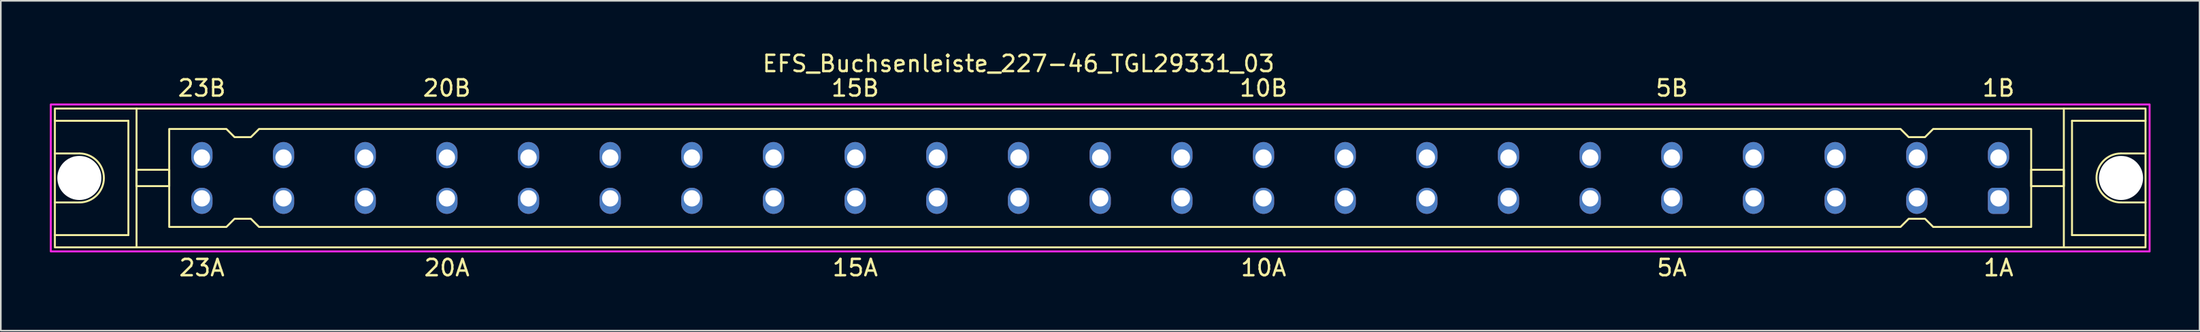
<source format=kicad_pcb>
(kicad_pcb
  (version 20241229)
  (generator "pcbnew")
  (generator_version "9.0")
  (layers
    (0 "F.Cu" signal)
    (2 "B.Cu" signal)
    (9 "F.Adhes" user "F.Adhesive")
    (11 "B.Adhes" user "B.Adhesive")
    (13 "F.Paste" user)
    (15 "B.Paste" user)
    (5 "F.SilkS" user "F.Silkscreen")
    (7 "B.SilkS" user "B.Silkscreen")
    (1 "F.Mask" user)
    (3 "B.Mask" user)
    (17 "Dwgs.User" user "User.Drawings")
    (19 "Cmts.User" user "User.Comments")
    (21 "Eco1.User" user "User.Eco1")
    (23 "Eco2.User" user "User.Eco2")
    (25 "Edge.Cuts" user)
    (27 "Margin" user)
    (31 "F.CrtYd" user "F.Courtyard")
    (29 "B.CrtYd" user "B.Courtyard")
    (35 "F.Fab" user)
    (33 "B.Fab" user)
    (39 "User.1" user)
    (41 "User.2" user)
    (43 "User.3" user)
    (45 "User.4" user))
  (footprint "EFS_Buchsenleiste_227-46_TGL29331_03"
    (layer "F.Cu")
    (at 64.31 7.848)
    (property "Reference" "EFS_Buchsenleiste_227-46_TGL29331_03" (at -5 -7 180) (layer "F.SilkS") (effects (font (size 1 1) (thickness 0.15))))
    (attr through_hole)
    (fp_line (start -64 -3.5) (end -59.5 -3.5) (stroke (width 0.12) (type solid)) (layer "F.SilkS"))
    (fp_line (start -62.5 -1.5) (end -64 -1.5) (stroke (width 0.12) (type solid)) (layer "F.SilkS"))
    (fp_line (start -62.5 1.5) (end -64 1.5) (stroke (width 0.12) (type solid)) (layer "F.SilkS"))
    (fp_line (start -59.5 -3.5) (end -59.5 3.5) (stroke (width 0.12) (type solid)) (layer "F.SilkS"))
    (fp_line (start -59.5 3.5) (end -64 3.5) (stroke (width 0.12) (type solid)) (layer "F.SilkS"))
    (fp_line (start -59 4.25) (end -59 -4.25) (stroke (width 0.12) (type solid)) (layer "F.SilkS"))
    (fp_line (start 59 4.25) (end 59 -4.25) (stroke (width 0.12) (type solid)) (layer "F.SilkS"))
    (fp_line (start 59.5 -3.5) (end 59.5 3.5) (stroke (width 0.12) (type solid)) (layer "F.SilkS"))
    (fp_line (start 59.5 3.5) (end 64 3.5) (stroke (width 0.12) (type solid)) (layer "F.SilkS"))
    (fp_line (start 62.5 -1.5) (end 64 -1.5) (stroke (width 0.12) (type solid)) (layer "F.SilkS"))
    (fp_line (start 62.5 1.5) (end 64 1.5) (stroke (width 0.12) (type solid)) (layer "F.SilkS"))
    (fp_line (start 64 -3.5) (end 59.5 -3.5) (stroke (width 0.12) (type solid)) (layer "F.SilkS"))
    (fp_rect (start -64 -4.25) (end 64 4.25) (stroke (width 0.12) (type solid)) (fill no) (layer "F.SilkS"))
    (fp_rect (start -59 -0.5) (end -57 0.5) (stroke (width 0.12) (type solid)) (fill no) (layer "F.SilkS"))
    (fp_rect (start 59 -0.5) (end 57 0.5) (stroke (width 0.12) (type solid)) (fill no) (layer "F.SilkS"))
    (fp_arc (start -62.5 -1.5) (mid -61 0) (end -62.5 1.5) (stroke (width 0.12) (type solid)) (layer "F.SilkS"))
    (fp_arc (start 62.5 1.5) (mid 61 0) (end 62.5 -1.5) (stroke (width 0.12) (type solid)) (layer "F.SilkS"))
    (fp_poly (pts (xy -53 -2.5) (xy -52 -2.5) (xy -51.5 -3) (xy 49 -3) (xy 49.5 -2.5) (xy 50.5 -2.5) (xy 51 -3) (xy 57 -3) (xy 57 3) (xy 51 3) (xy 50.5 2.5) (xy 49.5 2.5) (xy 49 3) (xy -51.5 3) (xy -52 2.5) (xy -53 2.5) (xy -53.5 3) (xy -57 3) (xy -57 -3) (xy -53.5 -3)) (stroke (width 0.12) (type solid)) (fill no) (layer "F.SilkS"))
    (fp_rect (start -64.25 -4.5) (end 64.25 4.5) (stroke (width 0.12) (type solid)) (fill no) (layer "F.CrtYd"))
    (fp_text user "10A" (at 10 5.5 180) (layer "F.SilkS") (effects (font (size 1 1) (thickness 0.15))))
    (fp_text user "20B" (at -40 -5.5 180) (layer "F.SilkS") (effects (font (size 1 1) (thickness 0.15))))
    (fp_text user "5A" (at 35 5.5 180) (layer "F.SilkS") (effects (font (size 1 1) (thickness 0.15))))
    (fp_text user "10B" (at 10 -5.5 180) (layer "F.SilkS") (effects (font (size 1 1) (thickness 0.15))))
    (fp_text user "5B" (at 35 -5.5 180) (layer "F.SilkS") (effects (font (size 1 1) (thickness 0.15))))
    (fp_text user "20A" (at -40 5.5 180) (layer "F.SilkS") (effects (font (size 1 1) (thickness 0.15))))
    (fp_text user "23A" (at -55 5.5 180) (layer "F.SilkS") (effects (font (size 1 1) (thickness 0.15))))
    (fp_text user "15A" (at -15 5.5 180) (layer "F.SilkS") (effects (font (size 1 1) (thickness 0.15))))
    (fp_text user "15B" (at -15 -5.5 180) (layer "F.SilkS") (effects (font (size 1 1) (thickness 0.15))))
    (fp_text user "23B" (at -55 -5.5 180) (layer "F.SilkS") (effects (font (size 1 1) (thickness 0.15))))
    (fp_text user "1B" (at 55 -5.5 180) (layer "F.SilkS") (effects (font (size 1 1) (thickness 0.15))))
    (fp_text user "1A" (at 55 5.5 180) (layer "F.SilkS") (effects (font (size 1 1) (thickness 0.15))))
    (pad "" np_thru_hole circle (at -62.5 0) (size 2.7 2.7) (drill 2.7) (layers "*.Cu" "*.Mask"))
    (pad "" np_thru_hole circle (at 62.5 0) (size 2.7 2.7) (drill 2.7) (layers "*.Cu" "*.Mask"))
    (pad "1a" thru_hole roundrect (at 55 1.25 180) (size 1.3 1.6) (drill 1 (offset 0 -0.15)) (layers "*.Cu" "*.Mask") (roundrect_rratio 0.25))
    (pad "1b" thru_hole oval (at 55 -1.25 180) (size 1.3 1.6) (drill 1 (offset 0 0.15)) (layers "*.Cu" "*.Mask"))
    (pad "2a" thru_hole oval (at 50 1.25 180) (size 1.3 1.6) (drill 1 (offset 0 -0.15)) (layers "*.Cu" "*.Mask"))
    (pad "2b" thru_hole oval (at 50 -1.25 180) (size 1.3 1.6) (drill 1 (offset 0 0.15)) (layers "*.Cu" "*.Mask"))
    (pad "3a" thru_hole oval (at 45 1.25 180) (size 1.3 1.6) (drill 1 (offset 0 -0.15)) (layers "*.Cu" "*.Mask"))
    (pad "3b" thru_hole oval (at 45 -1.25 180) (size 1.3 1.6) (drill 1 (offset 0 0.15)) (layers "*.Cu" "*.Mask"))
    (pad "4a" thru_hole oval (at 40 1.25 180) (size 1.3 1.6) (drill 1 (offset 0 -0.15)) (layers "*.Cu" "*.Mask"))
    (pad "4b" thru_hole oval (at 40 -1.25 180) (size 1.3 1.6) (drill 1 (offset 0 0.15)) (layers "*.Cu" "*.Mask"))
    (pad "5a" thru_hole oval (at 35 1.25 180) (size 1.3 1.6) (drill 1 (offset 0 -0.15)) (layers "*.Cu" "*.Mask"))
    (pad "5b" thru_hole oval (at 35 -1.25 180) (size 1.3 1.6) (drill 1 (offset 0 0.15)) (layers "*.Cu" "*.Mask"))
    (pad "6a" thru_hole oval (at 30 1.25 180) (size 1.3 1.6) (drill 1 (offset 0 -0.15)) (layers "*.Cu" "*.Mask"))
    (pad "6b" thru_hole oval (at 30 -1.25 180) (size 1.3 1.6) (drill 1 (offset 0 0.15)) (layers "*.Cu" "*.Mask"))
    (pad "7a" thru_hole oval (at 25 1.25 180) (size 1.3 1.6) (drill 1 (offset 0 -0.15)) (layers "*.Cu" "*.Mask"))
    (pad "7b" thru_hole oval (at 25 -1.25 180) (size 1.3 1.6) (drill 1 (offset 0 0.15)) (layers "*.Cu" "*.Mask"))
    (pad "8a" thru_hole oval (at 20 1.25 180) (size 1.3 1.6) (drill 1 (offset 0 -0.15)) (layers "*.Cu" "*.Mask"))
    (pad "8b" thru_hole oval (at 20 -1.25 180) (size 1.3 1.6) (drill 1 (offset 0 0.15)) (layers "*.Cu" "*.Mask"))
    (pad "9a" thru_hole oval (at 15 1.25 180) (size 1.3 1.6) (drill 1 (offset 0 -0.15)) (layers "*.Cu" "*.Mask"))
    (pad "9b" thru_hole oval (at 15 -1.25 180) (size 1.3 1.6) (drill 1 (offset 0 0.15)) (layers "*.Cu" "*.Mask"))
    (pad "10a" thru_hole oval (at 10 1.25 180) (size 1.3 1.6) (drill 1 (offset 0 -0.15)) (layers "*.Cu" "*.Mask"))
    (pad "10b" thru_hole oval (at 10 -1.25 180) (size 1.3 1.6) (drill 1 (offset 0 0.15)) (layers "*.Cu" "*.Mask"))
    (pad "11a" thru_hole oval (at 5 1.25 180) (size 1.3 1.6) (drill 1 (offset 0 -0.15)) (layers "*.Cu" "*.Mask"))
    (pad "11b" thru_hole oval (at 5 -1.25 180) (size 1.3 1.6) (drill 1 (offset 0 0.15)) (layers "*.Cu" "*.Mask"))
    (pad "12a" thru_hole oval (at 0 1.25 180) (size 1.3 1.6) (drill 1 (offset 0 -0.15)) (layers "*.Cu" "*.Mask"))
    (pad "12b" thru_hole oval (at 0 -1.25 180) (size 1.3 1.6) (drill 1 (offset 0 0.15)) (layers "*.Cu" "*.Mask"))
    (pad "13a" thru_hole oval (at -5 1.25 180) (size 1.3 1.6) (drill 1 (offset 0 -0.15)) (layers "*.Cu" "*.Mask"))
    (pad "13b" thru_hole oval (at -5 -1.25 180) (size 1.3 1.6) (drill 1 (offset 0 0.15)) (layers "*.Cu" "*.Mask"))
    (pad "14a" thru_hole oval (at -10 1.25 180) (size 1.3 1.6) (drill 1 (offset 0 -0.15)) (layers "*.Cu" "*.Mask"))
    (pad "14b" thru_hole oval (at -10 -1.25 180) (size 1.3 1.6) (drill 1 (offset 0 0.15)) (layers "*.Cu" "*.Mask"))
    (pad "15a" thru_hole oval (at -15 1.25 180) (size 1.3 1.6) (drill 1 (offset 0 -0.15)) (layers "*.Cu" "*.Mask"))
    (pad "15b" thru_hole oval (at -15 -1.25 180) (size 1.3 1.6) (drill 1 (offset 0 0.15)) (layers "*.Cu" "*.Mask"))
    (pad "16a" thru_hole oval (at -20 1.25 180) (size 1.3 1.6) (drill 1 (offset 0 -0.15)) (layers "*.Cu" "*.Mask"))
    (pad "16b" thru_hole oval (at -20 -1.25 180) (size 1.3 1.6) (drill 1 (offset 0 0.15)) (layers "*.Cu" "*.Mask"))
    (pad "17a" thru_hole oval (at -25 1.25 180) (size 1.3 1.6) (drill 1 (offset 0 -0.15)) (layers "*.Cu" "*.Mask"))
    (pad "17b" thru_hole oval (at -25 -1.25 180) (size 1.3 1.6) (drill 1 (offset 0 0.15)) (layers "*.Cu" "*.Mask"))
    (pad "18a" thru_hole oval (at -30 1.25 180) (size 1.3 1.6) (drill 1 (offset 0 -0.15)) (layers "*.Cu" "*.Mask"))
    (pad "18b" thru_hole oval (at -30 -1.25 180) (size 1.3 1.6) (drill 1 (offset 0 0.15)) (layers "*.Cu" "*.Mask"))
    (pad "19a" thru_hole oval (at -35 1.25 180) (size 1.3 1.6) (drill 1 (offset 0 -0.15)) (layers "*.Cu" "*.Mask"))
    (pad "19b" thru_hole oval (at -35 -1.25 180) (size 1.3 1.6) (drill 1 (offset 0 0.15)) (layers "*.Cu" "*.Mask"))
    (pad "20a" thru_hole oval (at -40 1.25 180) (size 1.3 1.6) (drill 1 (offset 0 -0.15)) (layers "*.Cu" "*.Mask"))
    (pad "20b" thru_hole oval (at -40 -1.25 180) (size 1.3 1.6) (drill 1 (offset 0 0.15)) (layers "*.Cu" "*.Mask"))
    (pad "21a" thru_hole oval (at -45 1.25 180) (size 1.3 1.6) (drill 1 (offset 0 -0.15)) (layers "*.Cu" "*.Mask"))
    (pad "21b" thru_hole oval (at -45 -1.25 180) (size 1.3 1.6) (drill 1 (offset 0 0.15)) (layers "*.Cu" "*.Mask"))
    (pad "22a" thru_hole oval (at -50 1.25 180) (size 1.3 1.6) (drill 1 (offset 0 -0.15)) (layers "*.Cu" "*.Mask"))
    (pad "22b" thru_hole oval (at -50 -1.25 180) (size 1.3 1.6) (drill 1 (offset 0 0.15)) (layers "*.Cu" "*.Mask"))
    (pad "23a" thru_hole oval (at -55 1.25 180) (size 1.3 1.6) (drill 1 (offset 0 -0.15)) (layers "*.Cu" "*.Mask"))
    (pad "23b" thru_hole oval (at -55 -1.25 180) (size 1.3 1.6) (drill 1 (offset 0 0.15)) (layers "*.Cu" "*.Mask")))
  (gr_rect
    (start -3 -3)
    (end 131.62 17.197)
    (stroke (width 0.1) (type default))
    (fill no)
    (layer "Edge.Cuts")))
</source>
